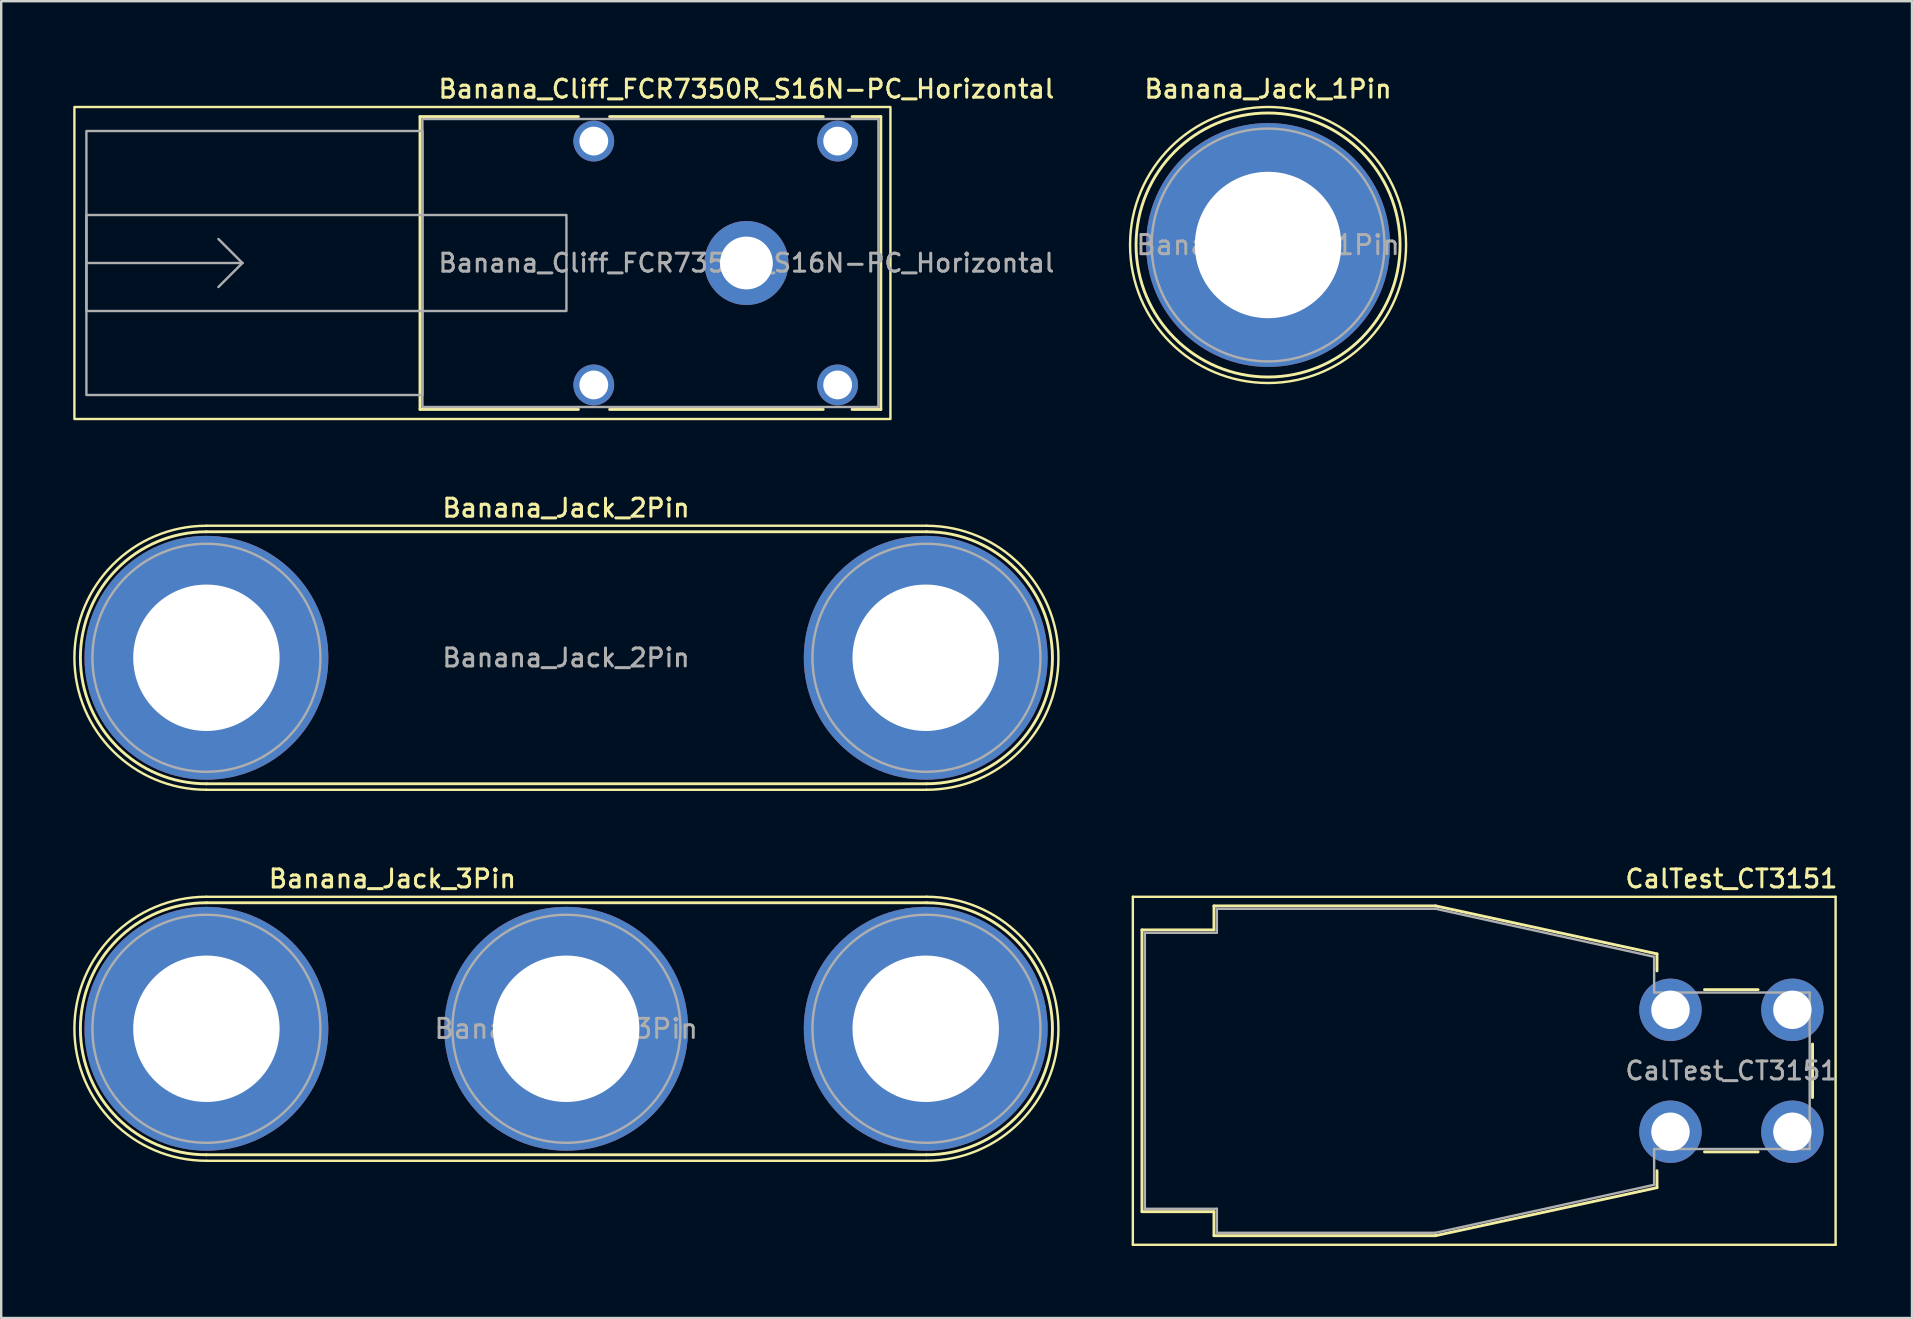
<source format=kicad_pcb>
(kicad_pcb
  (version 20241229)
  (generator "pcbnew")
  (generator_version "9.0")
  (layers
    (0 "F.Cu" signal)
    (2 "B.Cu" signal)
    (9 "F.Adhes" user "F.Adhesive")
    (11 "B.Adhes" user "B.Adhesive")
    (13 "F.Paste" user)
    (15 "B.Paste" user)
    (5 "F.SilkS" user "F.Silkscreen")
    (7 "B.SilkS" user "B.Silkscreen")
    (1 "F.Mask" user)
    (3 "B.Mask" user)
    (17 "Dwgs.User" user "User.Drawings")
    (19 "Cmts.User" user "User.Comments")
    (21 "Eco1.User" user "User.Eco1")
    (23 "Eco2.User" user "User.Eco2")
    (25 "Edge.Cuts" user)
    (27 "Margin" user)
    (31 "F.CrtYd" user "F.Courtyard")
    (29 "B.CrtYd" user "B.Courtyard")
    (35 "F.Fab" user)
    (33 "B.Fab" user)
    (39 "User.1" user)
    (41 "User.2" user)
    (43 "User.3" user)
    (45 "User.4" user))
  (footprint "Banana_Jack_3Pin"
    (layer "F.Cu")
    (at 5.55 39.814)
    (property "Reference" "Banana_Jack_3Pin" (at 7.75 -6.25 0) (layer "F.SilkS") (effects (font (size 0.75 0.75) (thickness 0.125))))
    (attr through_hole)
    (fp_line (start 0 -5.5) (end 30 -5.5) (stroke (width 0.1) (type solid)) (layer "F.SilkS"))
    (fp_line (start 0 5.25) (end 30 5.25) (stroke (width 0.12) (type solid)) (layer "F.SilkS"))
    (fp_line (start 30 -5.25) (end 0 -5.25) (stroke (width 0.12) (type solid)) (layer "F.SilkS"))
    (fp_line (start 30 5.5) (end 0 5.5) (stroke (width 0.1) (type solid)) (layer "F.SilkS"))
    (fp_arc (start 0 5.25) (mid -5.25 0) (end 0 -5.25) (stroke (width 0.12) (type solid)) (layer "F.SilkS"))
    (fp_arc (start 0 5.5) (mid -5.5 0) (end 0 -5.5) (stroke (width 0.1) (type solid)) (layer "F.SilkS"))
    (fp_arc (start 30 -5.5) (mid 35.5 0) (end 30 5.5) (stroke (width 0.1) (type solid)) (layer "F.SilkS"))
    (fp_arc (start 30 -5.25) (mid 35.25 0) (end 30 5.25) (stroke (width 0.12) (type solid)) (layer "F.SilkS"))
    (fp_circle (center 0 0) (end 2 0) (stroke (width 0.1) (type solid)) (fill no) (layer "F.Fab"))
    (fp_circle (center 0 0) (end 4.75 0) (stroke (width 0.1) (type solid)) (fill no) (layer "F.Fab"))
    (fp_circle (center 15 0) (end 17 0) (stroke (width 0.1) (type solid)) (fill no) (layer "F.Fab"))
    (fp_circle (center 15 0) (end 19.75 0) (stroke (width 0.1) (type solid)) (fill no) (layer "F.Fab"))
    (fp_circle (center 30 0) (end 30 -4.75) (stroke (width 0.1) (type solid)) (fill no) (layer "F.Fab"))
    (fp_circle (center 30 0) (end 30 -2) (stroke (width 0.1) (type solid)) (fill no) (layer "F.Fab"))
    (fp_text user "${REFERENCE}" (at 14.99 0 0) (layer "F.Fab") (effects (font (size 0.8 0.8) (thickness 0.12))))
    (pad "1" thru_hole circle (at 0 0) (size 10.16 10.16) (drill 6.1) (layers "*.Cu" "*.Mask"))
    (pad "2" thru_hole circle (at 14.99 0) (size 10.16 10.16) (drill 6.1) (layers "*.Cu" "*.Mask"))
    (pad "3" thru_hole circle (at 29.97 0) (size 10.16 10.16) (drill 6.1) (layers "*.Cu" "*.Mask")))
  (footprint "Banana_Cliff_FCR7350R_S16N-PC_Horizontal"
    (layer "F.Cu")
    (at 28.05 7.908)
    (property "Reference" "Banana_Cliff_FCR7350R_S16N-PC_Horizontal" (at 0 -7.25 0) (layer "F.SilkS") (effects (font (size 0.75 0.75) (thickness 0.125))))
    (attr through_hole)
    (fp_line (start -13.6 -6.1) (end -13.6 6.1) (stroke (width 0.12) (type solid)) (layer "F.SilkS"))
    (fp_line (start -13.6 6.1) (end -7 6.1) (stroke (width 0.12) (type solid)) (layer "F.SilkS"))
    (fp_line (start -7 -6.1) (end -13.6 -6.1) (stroke (width 0.12) (type solid)) (layer "F.SilkS"))
    (fp_line (start -5.7 6.1) (end 3.2 6.1) (stroke (width 0.12) (type solid)) (layer "F.SilkS"))
    (fp_line (start 3.2 -6.1) (end -5.7 -6.1) (stroke (width 0.12) (type solid)) (layer "F.SilkS"))
    (fp_line (start 4.4 6.1) (end 5.6 6.1) (stroke (width 0.12) (type solid)) (layer "F.SilkS"))
    (fp_line (start 5.6 -6.1) (end 4.4 -6.1) (stroke (width 0.12) (type solid)) (layer "F.SilkS"))
    (fp_line (start 5.6 6.1) (end 5.6 -6.1) (stroke (width 0.12) (type solid)) (layer "F.SilkS"))
    (fp_rect (start 6 6.5) (end -28 -6.5) (stroke (width 0.1) (type solid)) (fill no) (layer "F.SilkS"))
    (fp_line (start -27.5 0) (end -21 0) (stroke (width 0.1) (type solid)) (layer "F.Fab"))
    (fp_line (start -21 0) (end -22 -1) (stroke (width 0.1) (type solid)) (layer "F.Fab"))
    (fp_line (start -21 0) (end -22 1) (stroke (width 0.1) (type solid)) (layer "F.Fab"))
    (fp_rect (start -27.5 -2) (end -7.5 2) (stroke (width 0.1) (type solid)) (fill no) (layer "F.Fab"))
    (fp_rect (start -13.5 -6) (end 5.5 6) (stroke (width 0.1) (type solid)) (fill no) (layer "F.Fab"))
    (fp_rect (start -13.5 -5.5) (end -27.5 5.5) (stroke (width 0.1) (type solid)) (fill no) (layer "F.Fab"))
    (fp_text user "${REFERENCE}" (at 0 0 0) (layer "F.Fab") (effects (font (size 0.75 0.75) (thickness 0.125))))
    (pad "" np_thru_hole circle (at -6.36 -5.08) (size 1.7 1.7) (drill 1.2) (layers "*.Cu" "*.Mask"))
    (pad "" np_thru_hole circle (at -6.36 5.08) (size 1.7 1.7) (drill 1.2) (layers "*.Cu" "*.Mask"))
    (pad "" np_thru_hole circle (at 3.8 -5.08) (size 1.7 1.7) (drill 1.2) (layers "*.Cu" "*.Mask"))
    (pad "" np_thru_hole circle (at 3.8 5.08) (size 1.7 1.7) (drill 1.2) (layers "*.Cu" "*.Mask"))
    (pad "1" thru_hole circle (at 0 0) (size 3.5 3.5) (drill 2.2) (layers "*.Cu" "*.Mask")))
  (footprint "CalTest_CT3151"
    (layer "F.Cu")
    (at 66.55 39.024)
    (property "Reference" "CalTest_CT3151" (at 2.54 -5.46 0) (layer "F.SilkS") (effects (font (size 0.75 0.75) (thickness 0.125))))
    (attr through_hole)
    (fp_line (start -22.4 -4.71) (end -22.4 9.79) (stroke (width 0.1) (type solid)) (layer "F.SilkS"))
    (fp_line (start -22.4 9.79) (end 6.88 9.79) (stroke (width 0.1) (type solid)) (layer "F.SilkS"))
    (fp_line (start -22.02 -3.33) (end -19.02 -3.33) (stroke (width 0.12) (type solid)) (layer "F.SilkS"))
    (fp_line (start -22.02 8.41) (end -22.02 -3.33) (stroke (width 0.12) (type solid)) (layer "F.SilkS"))
    (fp_line (start -19.02 -4.33) (end -9.79 -4.33) (stroke (width 0.12) (type solid)) (layer "F.SilkS"))
    (fp_line (start -19.02 -3.33) (end -19.02 -4.33) (stroke (width 0.12) (type solid)) (layer "F.SilkS"))
    (fp_line (start -19.02 8.41) (end -22.02 8.41) (stroke (width 0.12) (type solid)) (layer "F.SilkS"))
    (fp_line (start -19.02 9.41) (end -19.02 8.41) (stroke (width 0.12) (type solid)) (layer "F.SilkS"))
    (fp_line (start -9.79 -4.33) (end -0.561 -2.33) (stroke (width 0.12) (type solid)) (layer "F.SilkS"))
    (fp_line (start -9.79 9.41) (end -19.02 9.41) (stroke (width 0.12) (type solid)) (layer "F.SilkS"))
    (fp_line (start -0.561 -2.33) (end -0.561 -1.623) (stroke (width 0.12) (type solid)) (layer "F.SilkS"))
    (fp_line (start -0.561 6.703) (end -0.561 7.41) (stroke (width 0.12) (type solid)) (layer "F.SilkS"))
    (fp_line (start -0.561 7.41) (end -9.79 9.41) (stroke (width 0.12) (type solid)) (layer "F.SilkS"))
    (fp_line (start 1.417 -0.84) (end 3.652 -0.84) (stroke (width 0.12) (type solid)) (layer "F.SilkS"))
    (fp_line (start 3.653 5.92) (end 1.417 5.92) (stroke (width 0.12) (type solid)) (layer "F.SilkS"))
    (fp_line (start 5.92 1.425) (end 5.92 3.656) (stroke (width 0.12) (type solid)) (layer "F.SilkS"))
    (fp_line (start 6.88 -4.71) (end -22.4 -4.71) (stroke (width 0.1) (type solid)) (layer "F.SilkS"))
    (fp_line (start 6.88 9.79) (end 6.88 -4.71) (stroke (width 0.1) (type solid)) (layer "F.SilkS"))
    (fp_line (start -21.9 -3.21) (end -18.9 -3.21) (stroke (width 0.1) (type solid)) (layer "F.Fab"))
    (fp_line (start -21.9 8.29) (end -21.9 -3.21) (stroke (width 0.1) (type solid)) (layer "F.Fab"))
    (fp_line (start -18.9 -4.21) (end -9.79 -4.21) (stroke (width 0.1) (type solid)) (layer "F.Fab"))
    (fp_line (start -18.9 -3.21) (end -18.9 -4.21) (stroke (width 0.1) (type solid)) (layer "F.Fab"))
    (fp_line (start -18.9 8.29) (end -21.9 8.29) (stroke (width 0.1) (type solid)) (layer "F.Fab"))
    (fp_line (start -18.9 9.29) (end -18.9 8.29) (stroke (width 0.1) (type solid)) (layer "F.Fab"))
    (fp_line (start -9.79 -4.21) (end -0.68 -2.21) (stroke (width 0.1) (type solid)) (layer "F.Fab"))
    (fp_line (start -9.79 9.29) (end -18.9 9.29) (stroke (width 0.1) (type solid)) (layer "F.Fab"))
    (fp_line (start -0.68 -2.21) (end -0.68 -0.72) (stroke (width 0.1) (type solid)) (layer "F.Fab"))
    (fp_line (start -0.68 -0.72) (end 5.8 -0.72) (stroke (width 0.1) (type solid)) (layer "F.Fab"))
    (fp_line (start -0.68 5.8) (end -0.68 7.29) (stroke (width 0.1) (type solid)) (layer "F.Fab"))
    (fp_line (start -0.68 7.29) (end -9.79 9.29) (stroke (width 0.1) (type solid)) (layer "F.Fab"))
    (fp_line (start 5.8 -0.72) (end 5.8 5.8) (stroke (width 0.1) (type solid)) (layer "F.Fab"))
    (fp_line (start 5.8 5.8) (end -0.68 5.8) (stroke (width 0.1) (type solid)) (layer "F.Fab"))
    (fp_text user "${REFERENCE}" (at 2.54 2.54 0) (layer "F.Fab") (effects (font (size 0.75 0.75) (thickness 0.125))))
    (pad "1" thru_hole circle (at 0 0) (size 2.6 2.6) (drill 1.6) (layers "*.Cu" "*.Mask"))
    (pad "1" thru_hole circle (at 0 5.08) (size 2.6 2.6) (drill 1.6) (layers "*.Cu" "*.Mask"))
    (pad "1" thru_hole circle (at 5.08 0) (size 2.6 2.6) (drill 1.6) (layers "*.Cu" "*.Mask"))
    (pad "1" thru_hole circle (at 5.08 5.08) (size 2.6 2.6) (drill 1.6) (layers "*.Cu" "*.Mask")))
  (footprint "Banana_Jack_1Pin"
    (layer "F.Cu")
    (at 49.784 7.158)
    (property "Reference" "Banana_Jack_1Pin" (at 0 -6.5 0) (layer "F.SilkS") (effects (font (size 0.75 0.75) (thickness 0.125))))
    (attr through_hole)
    (fp_circle (center 0 0) (end 5.5 0) (stroke (width 0.12) (type solid)) (fill no) (layer "F.SilkS"))
    (fp_circle (center 0 0) (end 5.75 0) (stroke (width 0.1) (type solid)) (fill no) (layer "F.SilkS"))
    (fp_circle (center 0 0) (end 2 0) (stroke (width 0.1) (type solid)) (fill no) (layer "F.Fab"))
    (fp_circle (center 0 0) (end 4.85 0.05) (stroke (width 0.1) (type solid)) (fill no) (layer "F.Fab"))
    (fp_text user "${REFERENCE}" (at 0 0 0) (layer "F.Fab") (effects (font (size 0.8 0.8) (thickness 0.12))))
    (pad "1" thru_hole circle (at 0 0) (size 10.16 10.16) (drill 6.1) (layers "*.Cu" "*.Mask")))
  (footprint "Banana_Jack_2Pin"
    (layer "F.Cu")
    (at 5.55 24.356)
    (property "Reference" "Banana_Jack_2Pin" (at 14.985 -6.24 0) (layer "F.SilkS") (effects (font (size 0.75 0.75) (thickness 0.125))))
    (attr through_hole)
    (fp_line (start 0 5.25) (end 30 5.25) (stroke (width 0.12) (type solid)) (layer "F.SilkS"))
    (fp_line (start 0 5.5) (end 30 5.5) (stroke (width 0.1) (type solid)) (layer "F.SilkS"))
    (fp_line (start 30 -5.5) (end 0 -5.5) (stroke (width 0.1) (type solid)) (layer "F.SilkS"))
    (fp_line (start 30 -5.25) (end 0 -5.25) (stroke (width 0.12) (type solid)) (layer "F.SilkS"))
    (fp_arc (start 0 5.25) (mid -5.25 0) (end 0 -5.25) (stroke (width 0.12) (type solid)) (layer "F.SilkS"))
    (fp_arc (start 0 5.5) (mid -5.5 0) (end 0 -5.5) (stroke (width 0.1) (type solid)) (layer "F.SilkS"))
    (fp_arc (start 30 -5.5) (mid 35.5 0) (end 30 5.5) (stroke (width 0.1) (type solid)) (layer "F.SilkS"))
    (fp_arc (start 30 -5.25) (mid 35.25 0) (end 30 5.25) (stroke (width 0.12) (type solid)) (layer "F.SilkS"))
    (fp_circle (center 0 0) (end 2 0) (stroke (width 0.1) (type solid)) (fill no) (layer "F.Fab"))
    (fp_circle (center 0 0) (end 4.75 0) (stroke (width 0.1) (type solid)) (fill no) (layer "F.Fab"))
    (fp_circle (center 30 0) (end 32 0) (stroke (width 0.1) (type solid)) (fill no) (layer "F.Fab"))
    (fp_circle (center 30 0) (end 34.75 0) (stroke (width 0.1) (type solid)) (fill no) (layer "F.Fab"))
    (fp_text user "${REFERENCE}" (at 14.985 0 0) (layer "F.Fab") (effects (font (size 0.75 0.75) (thickness 0.125))))
    (pad "1" thru_hole circle (at 0 0) (size 10.16 10.16) (drill 6.1) (layers "*.Cu" "*.Mask"))
    (pad "2" thru_hole circle (at 29.97 0) (size 10.16 10.16) (drill 6.1) (layers "*.Cu" "*.Mask")))
  (gr_rect
    (start -3 -3)
    (end 76.613 51.864)
    (stroke (width 0.1) (type default))
    (fill no)
    (layer "Edge.Cuts")))
</source>
